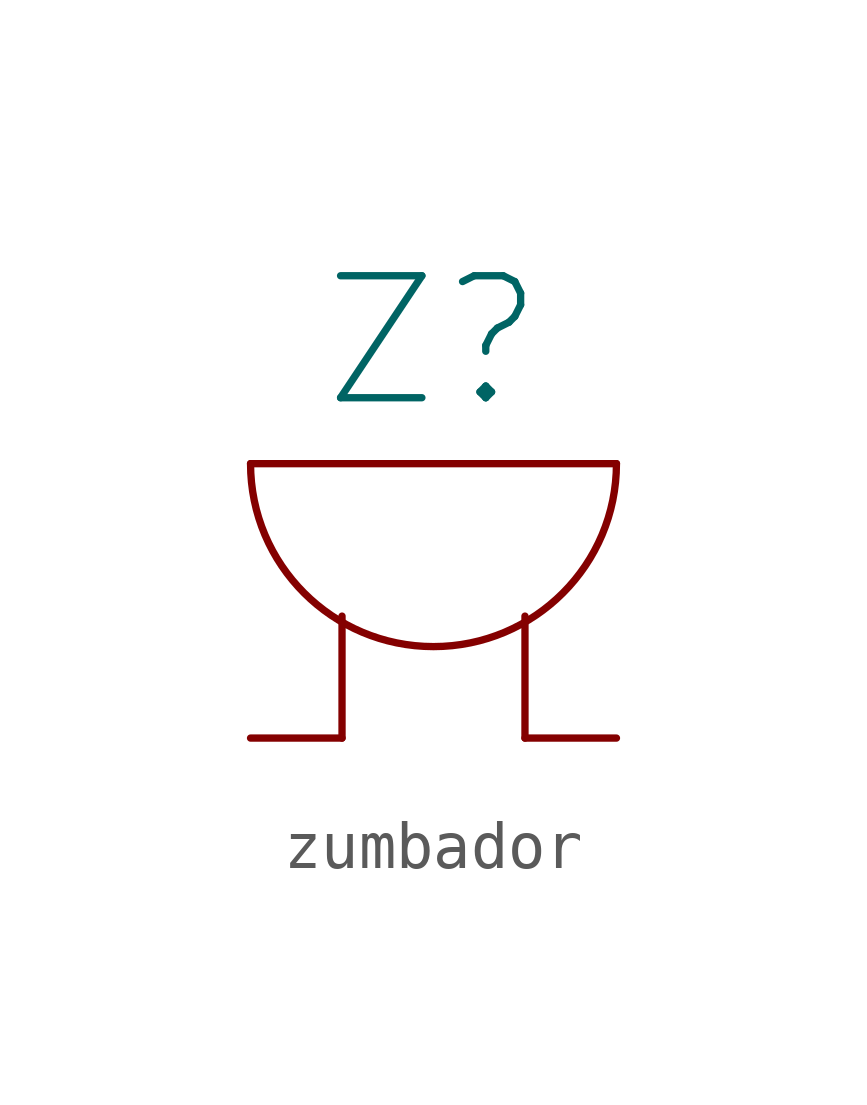
<source format=kicad_sym>
(kicad_symbol_lib
  (version 20211014)
  (generator kicad_symbol_editor)
  (symbol "zumbador"
    (pin_names
      (offset 1.016))
    (property "Reference" "Z"
      (at 3.81 8.255 0)
      (effects (font (size 2.54 2.54))))
    (symbol "zumbador_0_0"
      (polyline (pts (xy 0 5.715) (xy 7.62 5.715)) (stroke (width 0) (type default) (color 0 0 0 0)) (fill (type none)))
      (polyline (pts (xy 1.905 0) (xy 1.905 2.54)) (stroke (width 0) (type default) (color 0 0 0 0)) (fill (type none)))
      (polyline (pts (xy 5.715 0) (xy 5.715 2.54)) (stroke (width 0) (type default) (color 0 0 0 0)) (fill (type none)))
      (arc (start 0 5.715) (mid 3.81 1.905) (end 7.62 5.715) (stroke (width 0) (type default) (color 0 0 0 0)) (fill (type none))))
    (symbol "zumbador_1_1"
      (pin input line (at 0 0 0) (length 1.905) (name "~" (effects (font (size 1.27 1.27)))) (number "~" (effects (font (size 1.143 1.143)))))
      (pin input line (at 7.62 0 180) (length 1.905) (name "~" (effects (font (size 1.27 1.27)))) (number "~" (effects (font (size 1.143 1.143))))))))
</source>
